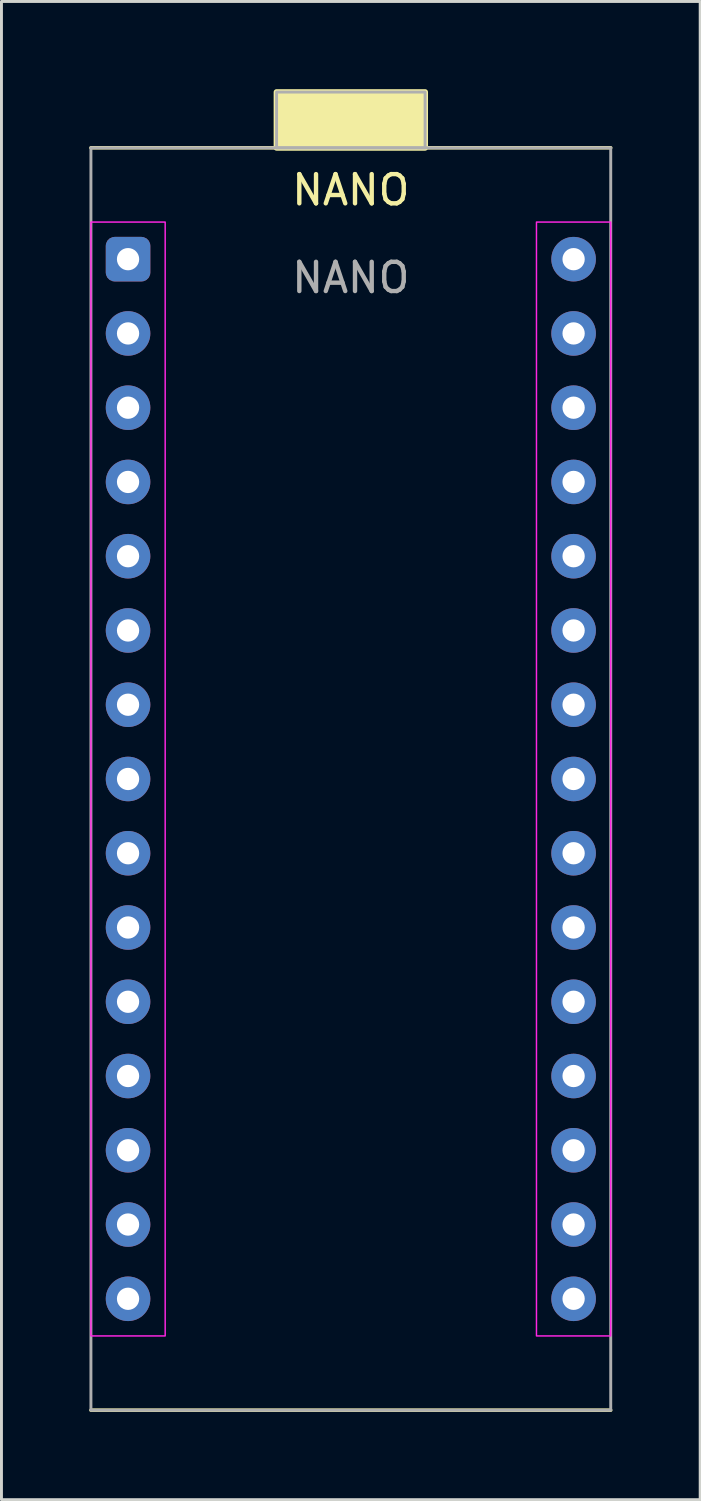
<source format=kicad_pcb>
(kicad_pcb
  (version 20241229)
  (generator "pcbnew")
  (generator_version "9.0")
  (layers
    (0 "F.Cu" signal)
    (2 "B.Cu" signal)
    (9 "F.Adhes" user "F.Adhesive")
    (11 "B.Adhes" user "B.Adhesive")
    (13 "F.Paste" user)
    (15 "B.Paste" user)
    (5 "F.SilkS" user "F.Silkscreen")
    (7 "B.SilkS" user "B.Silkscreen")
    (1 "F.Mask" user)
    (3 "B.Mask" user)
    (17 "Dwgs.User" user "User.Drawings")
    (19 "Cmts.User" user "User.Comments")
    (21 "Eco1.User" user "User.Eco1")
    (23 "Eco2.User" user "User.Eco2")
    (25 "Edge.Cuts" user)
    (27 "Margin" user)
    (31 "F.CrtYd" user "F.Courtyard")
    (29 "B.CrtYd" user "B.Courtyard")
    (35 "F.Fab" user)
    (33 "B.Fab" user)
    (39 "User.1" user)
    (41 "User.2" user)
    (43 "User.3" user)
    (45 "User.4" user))
  (footprint "NANO"
    (layer "F.Cu")
    (at 1.33 5.815)
    (property "Reference" "NANO" (at 7.62 -2.365 0) (unlocked yes) (layer "F.SilkS") (effects (font (size 1 1) (thickness 0.15))))
    (attr through_hole)
    (fp_line (start -1.27 -3.81) (end 16.51 -3.81) (stroke (width 0.12) (type solid)) (layer "F.SilkS"))
    (fp_line (start -1.27 39.37) (end 16.51 39.37) (stroke (width 0.12) (type solid)) (layer "F.SilkS"))
    (fp_rect (start 5.08 -5.715) (end 10.16 -3.81) (stroke (width 0.2) (type solid)) (fill yes) (layer "F.SilkS"))
    (fp_rect (start -1.27 -1.27) (end 1.27 36.83) (stroke (width 0.05) (type solid)) (fill no) (layer "F.CrtYd"))
    (fp_rect (start 13.97 -1.27) (end 16.51 36.83) (stroke (width 0.05) (type solid)) (fill no) (layer "F.CrtYd"))
    (fp_rect (start -1.27 -3.81) (end 16.51 39.37) (stroke (width 0.1) (type solid)) (fill no) (layer "F.Fab"))
    (fp_rect (start 5.08 -5.715) (end 10.16 -3.81) (stroke (width 0.1) (type solid)) (fill no) (layer "F.Fab"))
    (fp_text user "${REFERENCE}" (at 7.62 0.635 0) (unlocked yes) (layer "F.Fab") (effects (font (size 1 1) (thickness 0.15))))
    (pad "1" thru_hole roundrect (at 0 0) (size 1.524 1.524) (drill 0.762) (layers "*.Cu" "*.Mask") (roundrect_rratio 0.2))
    (pad "2" thru_hole circle (at 0 2.54) (size 1.524 1.524) (drill 0.762) (layers "*.Cu" "*.Mask"))
    (pad "3" thru_hole circle (at 0 5.08) (size 1.524 1.524) (drill 0.762) (layers "*.Cu" "*.Mask"))
    (pad "4" thru_hole circle (at 0 7.62) (size 1.524 1.524) (drill 0.762) (layers "*.Cu" "*.Mask"))
    (pad "5" thru_hole circle (at 0 10.16) (size 1.524 1.524) (drill 0.762) (layers "*.Cu" "*.Mask"))
    (pad "6" thru_hole circle (at 0 12.7) (size 1.524 1.524) (drill 0.762) (layers "*.Cu" "*.Mask"))
    (pad "7" thru_hole circle (at 0 15.24) (size 1.524 1.524) (drill 0.762) (layers "*.Cu" "*.Mask"))
    (pad "8" thru_hole circle (at 0 17.78) (size 1.524 1.524) (drill 0.762) (layers "*.Cu" "*.Mask"))
    (pad "9" thru_hole circle (at 0 20.32) (size 1.524 1.524) (drill 0.762) (layers "*.Cu" "*.Mask"))
    (pad "10" thru_hole circle (at 0 22.86) (size 1.524 1.524) (drill 0.762) (layers "*.Cu" "*.Mask"))
    (pad "11" thru_hole circle (at 0 25.4) (size 1.524 1.524) (drill 0.762) (layers "*.Cu" "*.Mask"))
    (pad "12" thru_hole circle (at 0 27.94) (size 1.524 1.524) (drill 0.762) (layers "*.Cu" "*.Mask"))
    (pad "13" thru_hole circle (at 0 30.48) (size 1.524 1.524) (drill 0.762) (layers "*.Cu" "*.Mask"))
    (pad "14" thru_hole circle (at 0 33.02) (size 1.524 1.524) (drill 0.762) (layers "*.Cu" "*.Mask"))
    (pad "15" thru_hole circle (at 0 35.56) (size 1.524 1.524) (drill 0.762) (layers "*.Cu" "*.Mask"))
    (pad "16" thru_hole circle (at 15.24 35.56 180) (size 1.524 1.524) (drill 0.762) (layers "*.Cu" "*.Mask"))
    (pad "17" thru_hole circle (at 15.24 33.02 180) (size 1.524 1.524) (drill 0.762) (layers "*.Cu" "*.Mask"))
    (pad "18" thru_hole circle (at 15.24 30.48 180) (size 1.524 1.524) (drill 0.762) (layers "*.Cu" "*.Mask"))
    (pad "19" thru_hole circle (at 15.24 27.94 180) (size 1.524 1.524) (drill 0.762) (layers "*.Cu" "*.Mask"))
    (pad "20" thru_hole circle (at 15.24 25.4 180) (size 1.524 1.524) (drill 0.762) (layers "*.Cu" "*.Mask"))
    (pad "21" thru_hole circle (at 15.24 22.86 180) (size 1.524 1.524) (drill 0.762) (layers "*.Cu" "*.Mask"))
    (pad "22" thru_hole circle (at 15.24 20.32 180) (size 1.524 1.524) (drill 0.762) (layers "*.Cu" "*.Mask"))
    (pad "23" thru_hole circle (at 15.24 17.78 180) (size 1.524 1.524) (drill 0.762) (layers "*.Cu" "*.Mask"))
    (pad "24" thru_hole circle (at 15.24 15.24 180) (size 1.524 1.524) (drill 0.762) (layers "*.Cu" "*.Mask"))
    (pad "25" thru_hole circle (at 15.24 12.7 180) (size 1.524 1.524) (drill 0.762) (layers "*.Cu" "*.Mask"))
    (pad "26" thru_hole circle (at 15.24 10.16 180) (size 1.524 1.524) (drill 0.762) (layers "*.Cu" "*.Mask"))
    (pad "27" thru_hole circle (at 15.24 7.62 180) (size 1.524 1.524) (drill 0.762) (layers "*.Cu" "*.Mask"))
    (pad "28" thru_hole circle (at 15.24 5.08 180) (size 1.524 1.524) (drill 0.762) (layers "*.Cu" "*.Mask"))
    (pad "29" thru_hole circle (at 15.24 2.54 180) (size 1.524 1.524) (drill 0.762) (layers "*.Cu" "*.Mask"))
    (pad "30" thru_hole circle (at 15.24 0 180) (size 1.524 1.524) (drill 0.762) (layers "*.Cu" "*.Mask")))
  (gr_rect
    (start -3 -3)
    (end 20.9 48.245)
    (stroke (width 0.1) (type default))
    (fill no)
    (layer "Edge.Cuts")))
</source>
